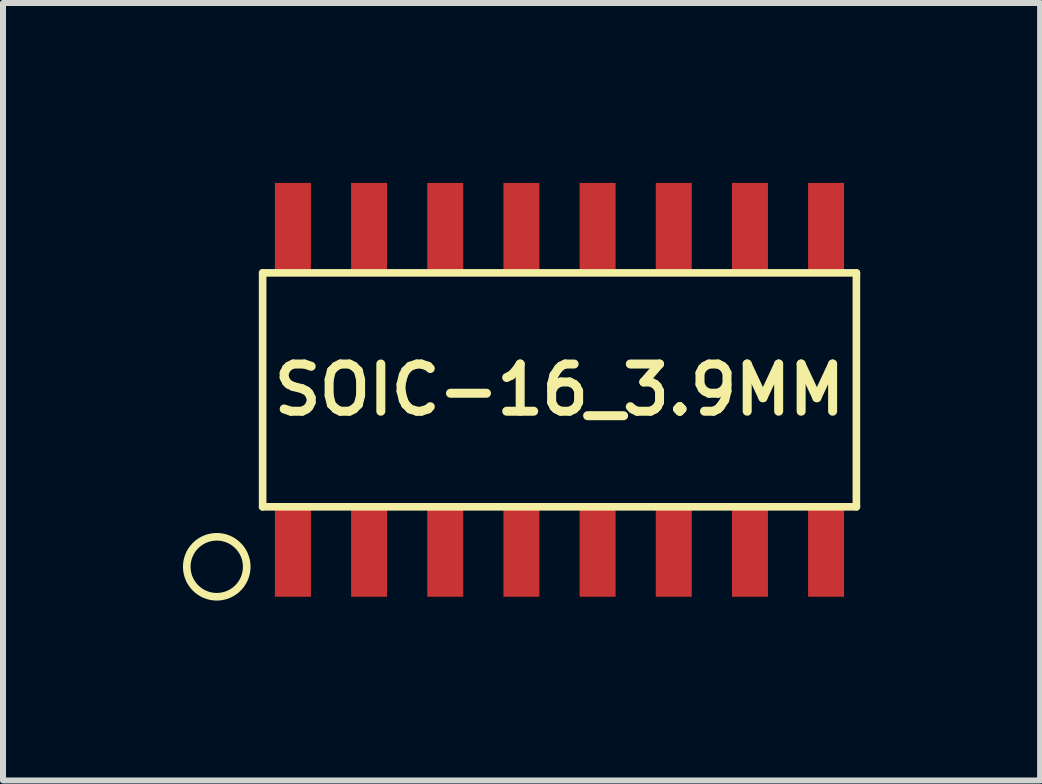
<source format=kicad_pcb>
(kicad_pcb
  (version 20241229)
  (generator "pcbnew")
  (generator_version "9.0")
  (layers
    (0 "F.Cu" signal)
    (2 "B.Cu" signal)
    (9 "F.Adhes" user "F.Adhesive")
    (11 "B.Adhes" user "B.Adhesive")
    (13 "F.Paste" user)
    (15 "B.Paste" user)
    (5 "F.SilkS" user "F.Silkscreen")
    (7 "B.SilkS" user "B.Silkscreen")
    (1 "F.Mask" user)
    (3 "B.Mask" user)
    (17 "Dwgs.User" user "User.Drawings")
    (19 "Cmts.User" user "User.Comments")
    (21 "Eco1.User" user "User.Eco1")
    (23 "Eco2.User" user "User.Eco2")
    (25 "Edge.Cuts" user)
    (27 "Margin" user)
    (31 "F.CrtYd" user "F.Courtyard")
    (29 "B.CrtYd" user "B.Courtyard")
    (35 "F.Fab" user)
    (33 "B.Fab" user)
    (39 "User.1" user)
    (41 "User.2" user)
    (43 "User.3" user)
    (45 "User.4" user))
  (footprint "SOIC-16_3.9MM"
    (layer "F.Cu")
    (at 6.279 3.45)
    (property "Reference" "SOIC-16_3.9MM" (at 0 0 0) (layer "F.SilkS") (effects (font (size 0.787 0.787) (thickness 0.15))))
    (attr smd)
    (fp_line (start -4.95 -1.95) (end 4.95 -1.95) (stroke (width 0.127) (type solid)) (layer "F.SilkS"))
    (fp_line (start -4.95 1.95) (end -4.95 -1.95) (stroke (width 0.127) (type solid)) (layer "F.SilkS"))
    (fp_line (start 4.95 -1.95) (end 4.95 1.95) (stroke (width 0.127) (type solid)) (layer "F.SilkS"))
    (fp_line (start 4.95 1.95) (end -4.95 1.95) (stroke (width 0.127) (type solid)) (layer "F.SilkS"))
    (fp_circle (center -5.715 2.95) (end -5.215 2.95) (stroke (width 0.127) (type solid)) (fill no) (layer "F.SilkS"))
    (pad "1" smd rect (at -4.445 2.7) (size 0.6 1.5) (layers "F.Cu" "F.Mask" "F.Paste"))
    (pad "2" smd rect (at -3.175 2.7) (size 0.6 1.5) (layers "F.Cu" "F.Mask" "F.Paste"))
    (pad "3" smd rect (at -1.905 2.7) (size 0.6 1.5) (layers "F.Cu" "F.Mask" "F.Paste"))
    (pad "4" smd rect (at -0.635 2.7) (size 0.6 1.5) (layers "F.Cu" "F.Mask" "F.Paste"))
    (pad "5" smd rect (at 0.635 2.7) (size 0.6 1.5) (layers "F.Cu" "F.Mask" "F.Paste"))
    (pad "6" smd rect (at 1.905 2.7) (size 0.6 1.5) (layers "F.Cu" "F.Mask" "F.Paste"))
    (pad "7" smd rect (at 3.175 2.7) (size 0.6 1.5) (layers "F.Cu" "F.Mask" "F.Paste"))
    (pad "8" smd rect (at 4.445 2.7) (size 0.6 1.5) (layers "F.Cu" "F.Mask" "F.Paste"))
    (pad "9" smd rect (at 4.445 -2.7) (size 0.6 1.5) (layers "F.Cu" "F.Mask" "F.Paste"))
    (pad "10" smd rect (at 3.175 -2.7) (size 0.6 1.5) (layers "F.Cu" "F.Mask" "F.Paste"))
    (pad "11" smd rect (at 1.905 -2.7) (size 0.6 1.5) (layers "F.Cu" "F.Mask" "F.Paste"))
    (pad "12" smd rect (at 0.635 -2.7) (size 0.6 1.5) (layers "F.Cu" "F.Mask" "F.Paste"))
    (pad "13" smd rect (at -0.635 -2.7) (size 0.6 1.5) (layers "F.Cu" "F.Mask" "F.Paste"))
    (pad "14" smd rect (at -1.905 -2.7) (size 0.6 1.5) (layers "F.Cu" "F.Mask" "F.Paste"))
    (pad "15" smd rect (at -3.175 -2.7) (size 0.6 1.5) (layers "F.Cu" "F.Mask" "F.Paste"))
    (pad "16" smd rect (at -4.445 -2.7) (size 0.6 1.5) (layers "F.Cu" "F.Mask" "F.Paste")))
  (gr_rect
    (start -3 -3)
    (end 14.292 9.963)
    (stroke (width 0.1) (type default))
    (fill no)
    (layer "Edge.Cuts")))
</source>
